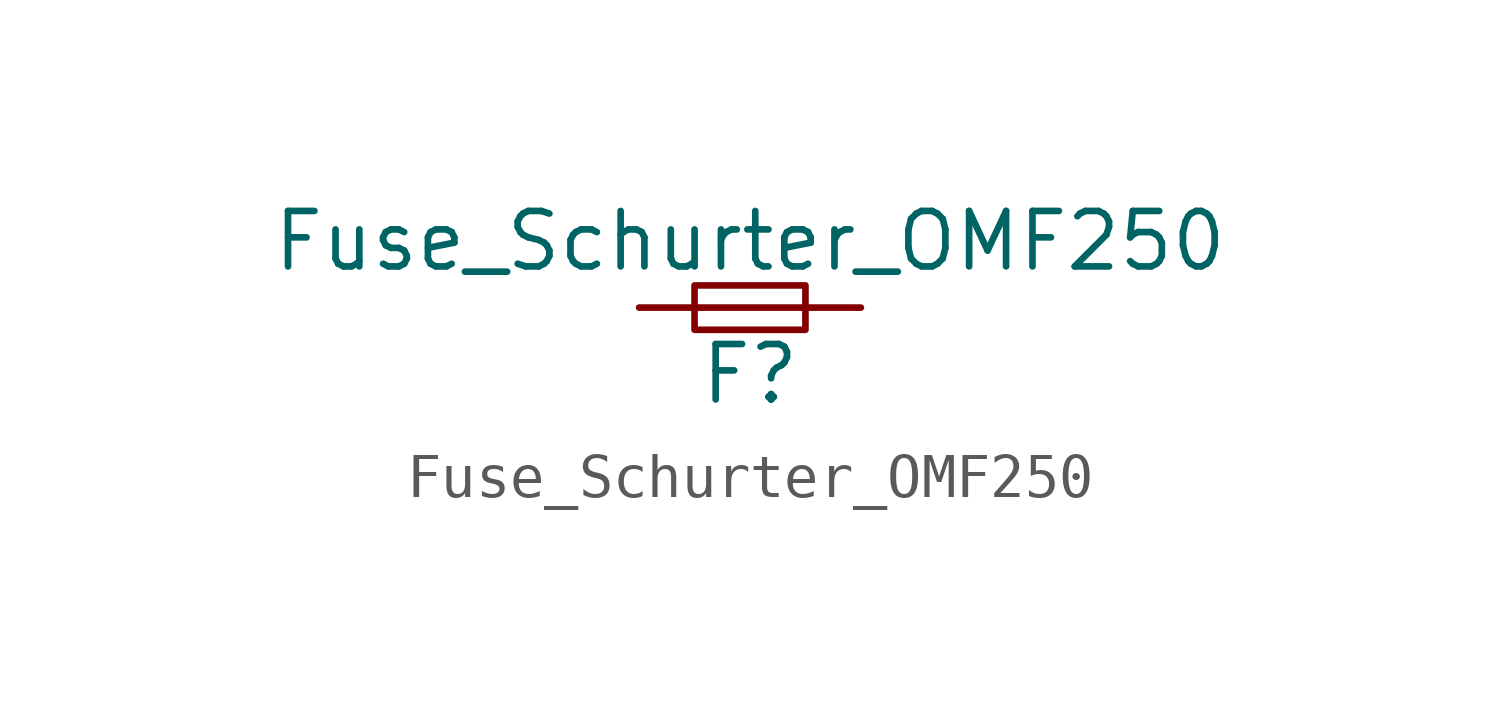
<source format=kicad_sym>
(kicad_symbol_lib
  (version 20211014)
  (generator kicad_symbol_editor)
  (symbol "Fuse_Schurter_OMF250"
    (pin_numbers hide)
    (pin_names
      (offset 0.254) hide)
    (property "Reference" "F"
      (at 0 -1.524 0)
      (effects (font (size 1.27 1.27))))
    (property "Value" "Fuse_Schurter_OMF250"
      (at 0 1.524 0)
      (effects (font (size 1.27 1.27))))
    (symbol "Fuse_Schurter_OMF250_0_1"
      (rectangle (start -1.27 0.508) (end 1.27 -0.508) (stroke (width 0) (type default) (color 0 0 0 0)) (fill (type none)))
      (polyline (pts (xy -1.27 0) (xy 1.27 0)) (stroke (width 0) (type default) (color 0 0 0 0)) (fill (type none))))
    (symbol "Fuse_Schurter_OMF250_1_1"
      (pin passive line (at -2.54 0 0) (length 1.27) (name "~" (effects (font (size 1.27 1.27)))) (number "1" (effects (font (size 1.27 1.27)))))
      (pin passive line (at 2.54 0 180) (length 1.27) (name "~" (effects (font (size 1.27 1.27)))) (number "2" (effects (font (size 1.27 1.27))))))))
</source>
